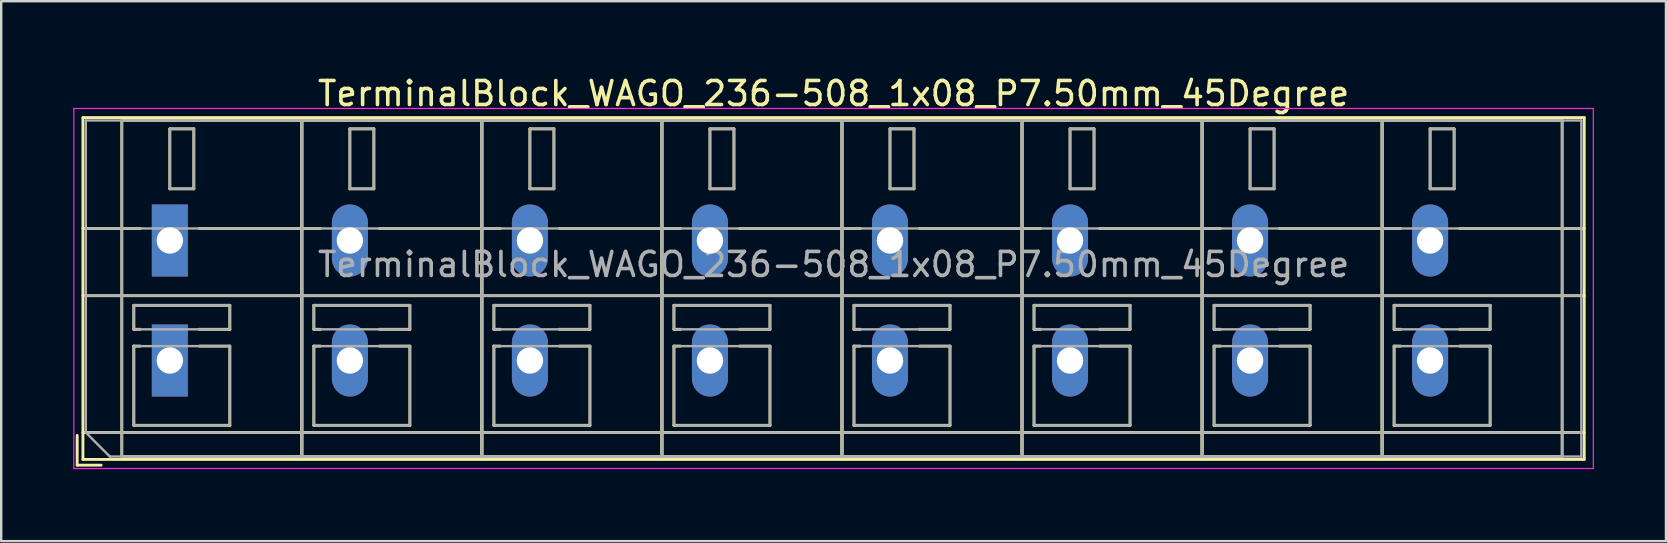
<source format=kicad_pcb>
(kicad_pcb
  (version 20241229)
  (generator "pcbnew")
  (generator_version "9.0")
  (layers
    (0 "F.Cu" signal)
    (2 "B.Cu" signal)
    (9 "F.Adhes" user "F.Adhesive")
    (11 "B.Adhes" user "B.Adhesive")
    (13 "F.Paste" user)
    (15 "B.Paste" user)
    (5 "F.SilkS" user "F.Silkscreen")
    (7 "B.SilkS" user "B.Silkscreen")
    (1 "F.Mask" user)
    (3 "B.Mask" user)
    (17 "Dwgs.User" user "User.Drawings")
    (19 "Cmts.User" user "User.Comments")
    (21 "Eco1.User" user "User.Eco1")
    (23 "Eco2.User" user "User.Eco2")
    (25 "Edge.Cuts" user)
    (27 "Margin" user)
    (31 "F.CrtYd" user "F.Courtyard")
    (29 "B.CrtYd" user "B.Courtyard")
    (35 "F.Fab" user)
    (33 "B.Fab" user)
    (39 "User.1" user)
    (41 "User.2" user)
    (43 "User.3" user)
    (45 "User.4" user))
  (footprint "TerminalBlock_WAGO_236-508_1x08_P7.50mm_45Degree"
    (layer "F.Cu")
    (at 4.025 6.968)
    (property "Reference" "TerminalBlock_WAGO_236-508_1x08_P7.50mm_45Degree" (at 27.65 -6.12 0) (layer "F.SilkS") (effects (font (size 1 1) (thickness 0.15))))
    (attr through_hole)
    (fp_line (start -3.86 8.12) (end -3.86 9.36) (stroke (width 0.12) (type solid)) (layer "F.SilkS"))
    (fp_line (start -3.86 9.36) (end -2.86 9.36) (stroke (width 0.12) (type solid)) (layer "F.SilkS"))
    (fp_line (start -3.62 -5.12) (end -3.62 9.12) (stroke (width 0.12) (type solid)) (layer "F.SilkS"))
    (fp_line (start -3.62 -5.12) (end 58.92 -5.12) (stroke (width 0.12) (type solid)) (layer "F.SilkS"))
    (fp_line (start -3.62 -0.5) (end -1.23 -0.5) (stroke (width 0.12) (type solid)) (layer "F.SilkS"))
    (fp_line (start -3.62 2.3) (end 58.92 2.3) (stroke (width 0.12) (type solid)) (layer "F.SilkS"))
    (fp_line (start -3.62 8) (end 58.92 8) (stroke (width 0.12) (type solid)) (layer "F.SilkS"))
    (fp_line (start -3.62 9.12) (end 58.92 9.12) (stroke (width 0.12) (type solid)) (layer "F.SilkS"))
    (fp_line (start -2 -5) (end -2 9) (stroke (width 0.12) (type solid)) (layer "F.SilkS"))
    (fp_line (start -2 -5) (end 5.5 -5) (stroke (width 0.12) (type solid)) (layer "F.SilkS"))
    (fp_line (start -2 9) (end 5.5 9) (stroke (width 0.12) (type solid)) (layer "F.SilkS"))
    (fp_line (start -1.5 2.7) (end -1.5 3.7) (stroke (width 0.12) (type solid)) (layer "F.SilkS"))
    (fp_line (start -1.5 2.7) (end 2.5 2.7) (stroke (width 0.12) (type solid)) (layer "F.SilkS"))
    (fp_line (start -1.5 3.7) (end -1.23 3.7) (stroke (width 0.12) (type solid)) (layer "F.SilkS"))
    (fp_line (start -1.5 4.4) (end -1.5 7.7) (stroke (width 0.12) (type solid)) (layer "F.SilkS"))
    (fp_line (start -1.5 4.4) (end -1.23 4.4) (stroke (width 0.12) (type solid)) (layer "F.SilkS"))
    (fp_line (start -1.5 7.7) (end 2.5 7.7) (stroke (width 0.12) (type solid)) (layer "F.SilkS"))
    (fp_line (start 0 -4.65) (end 0 -2.151) (stroke (width 0.12) (type solid)) (layer "F.SilkS"))
    (fp_line (start 0 -4.65) (end 1 -4.65) (stroke (width 0.12) (type solid)) (layer "F.SilkS"))
    (fp_line (start 0 -2.151) (end 1 -2.151) (stroke (width 0.12) (type solid)) (layer "F.SilkS"))
    (fp_line (start 1 -4.65) (end 1 -2.151) (stroke (width 0.12) (type solid)) (layer "F.SilkS"))
    (fp_line (start 1.23 -0.5) (end 6.27 -0.5) (stroke (width 0.12) (type solid)) (layer "F.SilkS"))
    (fp_line (start 1.23 3.7) (end 2.5 3.7) (stroke (width 0.12) (type solid)) (layer "F.SilkS"))
    (fp_line (start 1.23 4.4) (end 2.5 4.4) (stroke (width 0.12) (type solid)) (layer "F.SilkS"))
    (fp_line (start 2.5 2.7) (end 2.5 3.7) (stroke (width 0.12) (type solid)) (layer "F.SilkS"))
    (fp_line (start 2.5 4.4) (end 2.5 7.7) (stroke (width 0.12) (type solid)) (layer "F.SilkS"))
    (fp_line (start 5.5 -5) (end 5.5 9) (stroke (width 0.12) (type solid)) (layer "F.SilkS"))
    (fp_line (start 5.5 -5) (end 5.5 9) (stroke (width 0.12) (type solid)) (layer "F.SilkS"))
    (fp_line (start 5.5 -5) (end 13 -5) (stroke (width 0.12) (type solid)) (layer "F.SilkS"))
    (fp_line (start 5.5 9) (end 13 9) (stroke (width 0.12) (type solid)) (layer "F.SilkS"))
    (fp_line (start 6 2.7) (end 6 3.7) (stroke (width 0.12) (type solid)) (layer "F.SilkS"))
    (fp_line (start 6 2.7) (end 10 2.7) (stroke (width 0.12) (type solid)) (layer "F.SilkS"))
    (fp_line (start 6 3.7) (end 6.27 3.7) (stroke (width 0.12) (type solid)) (layer "F.SilkS"))
    (fp_line (start 6 4.4) (end 6 7.7) (stroke (width 0.12) (type solid)) (layer "F.SilkS"))
    (fp_line (start 6 4.4) (end 6.27 4.4) (stroke (width 0.12) (type solid)) (layer "F.SilkS"))
    (fp_line (start 6 7.7) (end 10 7.7) (stroke (width 0.12) (type solid)) (layer "F.SilkS"))
    (fp_line (start 7.5 -4.65) (end 7.5 -2.151) (stroke (width 0.12) (type solid)) (layer "F.SilkS"))
    (fp_line (start 7.5 -4.65) (end 8.5 -4.65) (stroke (width 0.12) (type solid)) (layer "F.SilkS"))
    (fp_line (start 7.5 -2.151) (end 8.5 -2.151) (stroke (width 0.12) (type solid)) (layer "F.SilkS"))
    (fp_line (start 8.5 -4.65) (end 8.5 -2.151) (stroke (width 0.12) (type solid)) (layer "F.SilkS"))
    (fp_line (start 8.73 -0.5) (end 13.77 -0.5) (stroke (width 0.12) (type solid)) (layer "F.SilkS"))
    (fp_line (start 8.73 3.7) (end 10 3.7) (stroke (width 0.12) (type solid)) (layer "F.SilkS"))
    (fp_line (start 8.73 4.4) (end 10 4.4) (stroke (width 0.12) (type solid)) (layer "F.SilkS"))
    (fp_line (start 10 2.7) (end 10 3.7) (stroke (width 0.12) (type solid)) (layer "F.SilkS"))
    (fp_line (start 10 4.4) (end 10 7.7) (stroke (width 0.12) (type solid)) (layer "F.SilkS"))
    (fp_line (start 13 -5) (end 13 9) (stroke (width 0.12) (type solid)) (layer "F.SilkS"))
    (fp_line (start 13 -5) (end 13 9) (stroke (width 0.12) (type solid)) (layer "F.SilkS"))
    (fp_line (start 13 -5) (end 20.5 -5) (stroke (width 0.12) (type solid)) (layer "F.SilkS"))
    (fp_line (start 13 9) (end 20.5 9) (stroke (width 0.12) (type solid)) (layer "F.SilkS"))
    (fp_line (start 13.5 2.7) (end 13.5 3.7) (stroke (width 0.12) (type solid)) (layer "F.SilkS"))
    (fp_line (start 13.5 2.7) (end 17.5 2.7) (stroke (width 0.12) (type solid)) (layer "F.SilkS"))
    (fp_line (start 13.5 3.7) (end 13.77 3.7) (stroke (width 0.12) (type solid)) (layer "F.SilkS"))
    (fp_line (start 13.5 4.4) (end 13.5 7.7) (stroke (width 0.12) (type solid)) (layer "F.SilkS"))
    (fp_line (start 13.5 4.4) (end 13.77 4.4) (stroke (width 0.12) (type solid)) (layer "F.SilkS"))
    (fp_line (start 13.5 7.7) (end 17.5 7.7) (stroke (width 0.12) (type solid)) (layer "F.SilkS"))
    (fp_line (start 15 -4.65) (end 15 -2.151) (stroke (width 0.12) (type solid)) (layer "F.SilkS"))
    (fp_line (start 15 -4.65) (end 16 -4.65) (stroke (width 0.12) (type solid)) (layer "F.SilkS"))
    (fp_line (start 15 -2.151) (end 16 -2.151) (stroke (width 0.12) (type solid)) (layer "F.SilkS"))
    (fp_line (start 16 -4.65) (end 16 -2.151) (stroke (width 0.12) (type solid)) (layer "F.SilkS"))
    (fp_line (start 16.23 -0.5) (end 21.27 -0.5) (stroke (width 0.12) (type solid)) (layer "F.SilkS"))
    (fp_line (start 16.23 3.7) (end 17.5 3.7) (stroke (width 0.12) (type solid)) (layer "F.SilkS"))
    (fp_line (start 16.23 4.4) (end 17.5 4.4) (stroke (width 0.12) (type solid)) (layer "F.SilkS"))
    (fp_line (start 17.5 2.7) (end 17.5 3.7) (stroke (width 0.12) (type solid)) (layer "F.SilkS"))
    (fp_line (start 17.5 4.4) (end 17.5 7.7) (stroke (width 0.12) (type solid)) (layer "F.SilkS"))
    (fp_line (start 20.5 -5) (end 20.5 9) (stroke (width 0.12) (type solid)) (layer "F.SilkS"))
    (fp_line (start 20.5 -5) (end 20.5 9) (stroke (width 0.12) (type solid)) (layer "F.SilkS"))
    (fp_line (start 20.5 -5) (end 28 -5) (stroke (width 0.12) (type solid)) (layer "F.SilkS"))
    (fp_line (start 20.5 9) (end 28 9) (stroke (width 0.12) (type solid)) (layer "F.SilkS"))
    (fp_line (start 21 2.7) (end 21 3.7) (stroke (width 0.12) (type solid)) (layer "F.SilkS"))
    (fp_line (start 21 2.7) (end 25 2.7) (stroke (width 0.12) (type solid)) (layer "F.SilkS"))
    (fp_line (start 21 3.7) (end 21.27 3.7) (stroke (width 0.12) (type solid)) (layer "F.SilkS"))
    (fp_line (start 21 4.4) (end 21 7.7) (stroke (width 0.12) (type solid)) (layer "F.SilkS"))
    (fp_line (start 21 4.4) (end 21.27 4.4) (stroke (width 0.12) (type solid)) (layer "F.SilkS"))
    (fp_line (start 21 7.7) (end 25 7.7) (stroke (width 0.12) (type solid)) (layer "F.SilkS"))
    (fp_line (start 22.5 -4.65) (end 22.5 -2.151) (stroke (width 0.12) (type solid)) (layer "F.SilkS"))
    (fp_line (start 22.5 -4.65) (end 23.5 -4.65) (stroke (width 0.12) (type solid)) (layer "F.SilkS"))
    (fp_line (start 22.5 -2.151) (end 23.5 -2.151) (stroke (width 0.12) (type solid)) (layer "F.SilkS"))
    (fp_line (start 23.5 -4.65) (end 23.5 -2.151) (stroke (width 0.12) (type solid)) (layer "F.SilkS"))
    (fp_line (start 23.73 -0.5) (end 28.77 -0.5) (stroke (width 0.12) (type solid)) (layer "F.SilkS"))
    (fp_line (start 23.73 3.7) (end 25 3.7) (stroke (width 0.12) (type solid)) (layer "F.SilkS"))
    (fp_line (start 23.73 4.4) (end 25 4.4) (stroke (width 0.12) (type solid)) (layer "F.SilkS"))
    (fp_line (start 25 2.7) (end 25 3.7) (stroke (width 0.12) (type solid)) (layer "F.SilkS"))
    (fp_line (start 25 4.4) (end 25 7.7) (stroke (width 0.12) (type solid)) (layer "F.SilkS"))
    (fp_line (start 28 -5) (end 28 9) (stroke (width 0.12) (type solid)) (layer "F.SilkS"))
    (fp_line (start 28 -5) (end 28 9) (stroke (width 0.12) (type solid)) (layer "F.SilkS"))
    (fp_line (start 28 -5) (end 35.5 -5) (stroke (width 0.12) (type solid)) (layer "F.SilkS"))
    (fp_line (start 28 9) (end 35.5 9) (stroke (width 0.12) (type solid)) (layer "F.SilkS"))
    (fp_line (start 28.5 2.7) (end 28.5 3.7) (stroke (width 0.12) (type solid)) (layer "F.SilkS"))
    (fp_line (start 28.5 2.7) (end 32.5 2.7) (stroke (width 0.12) (type solid)) (layer "F.SilkS"))
    (fp_line (start 28.5 3.7) (end 28.77 3.7) (stroke (width 0.12) (type solid)) (layer "F.SilkS"))
    (fp_line (start 28.5 4.4) (end 28.5 7.7) (stroke (width 0.12) (type solid)) (layer "F.SilkS"))
    (fp_line (start 28.5 4.4) (end 28.77 4.4) (stroke (width 0.12) (type solid)) (layer "F.SilkS"))
    (fp_line (start 28.5 7.7) (end 32.5 7.7) (stroke (width 0.12) (type solid)) (layer "F.SilkS"))
    (fp_line (start 30 -4.65) (end 30 -2.151) (stroke (width 0.12) (type solid)) (layer "F.SilkS"))
    (fp_line (start 30 -4.65) (end 31 -4.65) (stroke (width 0.12) (type solid)) (layer "F.SilkS"))
    (fp_line (start 30 -2.151) (end 31 -2.151) (stroke (width 0.12) (type solid)) (layer "F.SilkS"))
    (fp_line (start 31 -4.65) (end 31 -2.151) (stroke (width 0.12) (type solid)) (layer "F.SilkS"))
    (fp_line (start 31.23 -0.5) (end 36.27 -0.5) (stroke (width 0.12) (type solid)) (layer "F.SilkS"))
    (fp_line (start 31.23 3.7) (end 32.5 3.7) (stroke (width 0.12) (type solid)) (layer "F.SilkS"))
    (fp_line (start 31.23 4.4) (end 32.5 4.4) (stroke (width 0.12) (type solid)) (layer "F.SilkS"))
    (fp_line (start 32.5 2.7) (end 32.5 3.7) (stroke (width 0.12) (type solid)) (layer "F.SilkS"))
    (fp_line (start 32.5 4.4) (end 32.5 7.7) (stroke (width 0.12) (type solid)) (layer "F.SilkS"))
    (fp_line (start 35.5 -5) (end 35.5 9) (stroke (width 0.12) (type solid)) (layer "F.SilkS"))
    (fp_line (start 35.5 -5) (end 35.5 9) (stroke (width 0.12) (type solid)) (layer "F.SilkS"))
    (fp_line (start 35.5 -5) (end 43 -5) (stroke (width 0.12) (type solid)) (layer "F.SilkS"))
    (fp_line (start 35.5 9) (end 43 9) (stroke (width 0.12) (type solid)) (layer "F.SilkS"))
    (fp_line (start 36 2.7) (end 36 3.7) (stroke (width 0.12) (type solid)) (layer "F.SilkS"))
    (fp_line (start 36 2.7) (end 40 2.7) (stroke (width 0.12) (type solid)) (layer "F.SilkS"))
    (fp_line (start 36 3.7) (end 36.27 3.7) (stroke (width 0.12) (type solid)) (layer "F.SilkS"))
    (fp_line (start 36 4.4) (end 36 7.7) (stroke (width 0.12) (type solid)) (layer "F.SilkS"))
    (fp_line (start 36 4.4) (end 36.27 4.4) (stroke (width 0.12) (type solid)) (layer "F.SilkS"))
    (fp_line (start 36 7.7) (end 40 7.7) (stroke (width 0.12) (type solid)) (layer "F.SilkS"))
    (fp_line (start 37.5 -4.65) (end 37.5 -2.151) (stroke (width 0.12) (type solid)) (layer "F.SilkS"))
    (fp_line (start 37.5 -4.65) (end 38.5 -4.65) (stroke (width 0.12) (type solid)) (layer "F.SilkS"))
    (fp_line (start 37.5 -2.151) (end 38.5 -2.151) (stroke (width 0.12) (type solid)) (layer "F.SilkS"))
    (fp_line (start 38.5 -4.65) (end 38.5 -2.151) (stroke (width 0.12) (type solid)) (layer "F.SilkS"))
    (fp_line (start 38.73 -0.5) (end 43.77 -0.5) (stroke (width 0.12) (type solid)) (layer "F.SilkS"))
    (fp_line (start 38.73 3.7) (end 40 3.7) (stroke (width 0.12) (type solid)) (layer "F.SilkS"))
    (fp_line (start 38.73 4.4) (end 40 4.4) (stroke (width 0.12) (type solid)) (layer "F.SilkS"))
    (fp_line (start 40 2.7) (end 40 3.7) (stroke (width 0.12) (type solid)) (layer "F.SilkS"))
    (fp_line (start 40 4.4) (end 40 7.7) (stroke (width 0.12) (type solid)) (layer "F.SilkS"))
    (fp_line (start 43 -5) (end 43 9) (stroke (width 0.12) (type solid)) (layer "F.SilkS"))
    (fp_line (start 43 -5) (end 43 9) (stroke (width 0.12) (type solid)) (layer "F.SilkS"))
    (fp_line (start 43 -5) (end 50.5 -5) (stroke (width 0.12) (type solid)) (layer "F.SilkS"))
    (fp_line (start 43 9) (end 50.5 9) (stroke (width 0.12) (type solid)) (layer "F.SilkS"))
    (fp_line (start 43.5 2.7) (end 43.5 3.7) (stroke (width 0.12) (type solid)) (layer "F.SilkS"))
    (fp_line (start 43.5 2.7) (end 47.5 2.7) (stroke (width 0.12) (type solid)) (layer "F.SilkS"))
    (fp_line (start 43.5 3.7) (end 43.77 3.7) (stroke (width 0.12) (type solid)) (layer "F.SilkS"))
    (fp_line (start 43.5 4.4) (end 43.5 7.7) (stroke (width 0.12) (type solid)) (layer "F.SilkS"))
    (fp_line (start 43.5 4.4) (end 43.77 4.4) (stroke (width 0.12) (type solid)) (layer "F.SilkS"))
    (fp_line (start 43.5 7.7) (end 47.5 7.7) (stroke (width 0.12) (type solid)) (layer "F.SilkS"))
    (fp_line (start 45 -4.65) (end 45 -2.151) (stroke (width 0.12) (type solid)) (layer "F.SilkS"))
    (fp_line (start 45 -4.65) (end 46 -4.65) (stroke (width 0.12) (type solid)) (layer "F.SilkS"))
    (fp_line (start 45 -2.151) (end 46 -2.151) (stroke (width 0.12) (type solid)) (layer "F.SilkS"))
    (fp_line (start 46 -4.65) (end 46 -2.151) (stroke (width 0.12) (type solid)) (layer "F.SilkS"))
    (fp_line (start 46.23 -0.5) (end 51.27 -0.5) (stroke (width 0.12) (type solid)) (layer "F.SilkS"))
    (fp_line (start 46.23 3.7) (end 47.5 3.7) (stroke (width 0.12) (type solid)) (layer "F.SilkS"))
    (fp_line (start 46.23 4.4) (end 47.5 4.4) (stroke (width 0.12) (type solid)) (layer "F.SilkS"))
    (fp_line (start 47.5 2.7) (end 47.5 3.7) (stroke (width 0.12) (type solid)) (layer "F.SilkS"))
    (fp_line (start 47.5 4.4) (end 47.5 7.7) (stroke (width 0.12) (type solid)) (layer "F.SilkS"))
    (fp_line (start 50.5 -5) (end 50.5 9) (stroke (width 0.12) (type solid)) (layer "F.SilkS"))
    (fp_line (start 50.5 -5) (end 50.5 9) (stroke (width 0.12) (type solid)) (layer "F.SilkS"))
    (fp_line (start 50.5 -5) (end 58 -5) (stroke (width 0.12) (type solid)) (layer "F.SilkS"))
    (fp_line (start 50.5 9) (end 58 9) (stroke (width 0.12) (type solid)) (layer "F.SilkS"))
    (fp_line (start 51 2.7) (end 51 3.7) (stroke (width 0.12) (type solid)) (layer "F.SilkS"))
    (fp_line (start 51 2.7) (end 55 2.7) (stroke (width 0.12) (type solid)) (layer "F.SilkS"))
    (fp_line (start 51 3.7) (end 51.27 3.7) (stroke (width 0.12) (type solid)) (layer "F.SilkS"))
    (fp_line (start 51 4.4) (end 51 7.7) (stroke (width 0.12) (type solid)) (layer "F.SilkS"))
    (fp_line (start 51 4.4) (end 51.27 4.4) (stroke (width 0.12) (type solid)) (layer "F.SilkS"))
    (fp_line (start 51 7.7) (end 55 7.7) (stroke (width 0.12) (type solid)) (layer "F.SilkS"))
    (fp_line (start 52.5 -4.65) (end 52.5 -2.151) (stroke (width 0.12) (type solid)) (layer "F.SilkS"))
    (fp_line (start 52.5 -4.65) (end 53.5 -4.65) (stroke (width 0.12) (type solid)) (layer "F.SilkS"))
    (fp_line (start 52.5 -2.151) (end 53.5 -2.151) (stroke (width 0.12) (type solid)) (layer "F.SilkS"))
    (fp_line (start 53.5 -4.65) (end 53.5 -2.151) (stroke (width 0.12) (type solid)) (layer "F.SilkS"))
    (fp_line (start 53.73 -0.5) (end 58.92 -0.5) (stroke (width 0.12) (type solid)) (layer "F.SilkS"))
    (fp_line (start 53.73 3.7) (end 55 3.7) (stroke (width 0.12) (type solid)) (layer "F.SilkS"))
    (fp_line (start 53.73 4.4) (end 55 4.4) (stroke (width 0.12) (type solid)) (layer "F.SilkS"))
    (fp_line (start 55 2.7) (end 55 3.7) (stroke (width 0.12) (type solid)) (layer "F.SilkS"))
    (fp_line (start 55 4.4) (end 55 7.7) (stroke (width 0.12) (type solid)) (layer "F.SilkS"))
    (fp_line (start 58 -5) (end 58 9) (stroke (width 0.12) (type solid)) (layer "F.SilkS"))
    (fp_line (start 58.92 -5.12) (end 58.92 9.12) (stroke (width 0.12) (type solid)) (layer "F.SilkS"))
    (fp_line (start -4 -5.5) (end -4 9.5) (stroke (width 0.05) (type solid)) (layer "F.CrtYd"))
    (fp_line (start -4 9.5) (end 59.3 9.5) (stroke (width 0.05) (type solid)) (layer "F.CrtYd"))
    (fp_line (start 59.3 -5.5) (end -4 -5.5) (stroke (width 0.05) (type solid)) (layer "F.CrtYd"))
    (fp_line (start 59.3 9.5) (end 59.3 -5.5) (stroke (width 0.05) (type solid)) (layer "F.CrtYd"))
    (fp_line (start -3.5 -5) (end 58.8 -5) (stroke (width 0.1) (type solid)) (layer "F.Fab"))
    (fp_line (start -3.5 -0.5) (end 58.8 -0.5) (stroke (width 0.1) (type solid)) (layer "F.Fab"))
    (fp_line (start -3.5 2.3) (end 58.8 2.3) (stroke (width 0.1) (type solid)) (layer "F.Fab"))
    (fp_line (start -3.5 8) (end -3.5 -5) (stroke (width 0.1) (type solid)) (layer "F.Fab"))
    (fp_line (start -3.5 8) (end 58.8 8) (stroke (width 0.1) (type solid)) (layer "F.Fab"))
    (fp_line (start -2.5 9) (end -3.5 8) (stroke (width 0.1) (type solid)) (layer "F.Fab"))
    (fp_line (start -2 -5) (end -2 9) (stroke (width 0.1) (type solid)) (layer "F.Fab"))
    (fp_line (start -2 9) (end 5.5 9) (stroke (width 0.1) (type solid)) (layer "F.Fab"))
    (fp_line (start -1.5 2.7) (end -1.5 3.7) (stroke (width 0.1) (type solid)) (layer "F.Fab"))
    (fp_line (start -1.5 3.7) (end 2.5 3.7) (stroke (width 0.1) (type solid)) (layer "F.Fab"))
    (fp_line (start -1.5 4.4) (end -1.5 7.7) (stroke (width 0.1) (type solid)) (layer "F.Fab"))
    (fp_line (start -1.5 7.7) (end 2.5 7.7) (stroke (width 0.1) (type solid)) (layer "F.Fab"))
    (fp_line (start 0 -4.65) (end 0 -2.15) (stroke (width 0.1) (type solid)) (layer "F.Fab"))
    (fp_line (start 0 -2.15) (end 1 -2.15) (stroke (width 0.1) (type solid)) (layer "F.Fab"))
    (fp_line (start 1 -4.65) (end 0 -4.65) (stroke (width 0.1) (type solid)) (layer "F.Fab"))
    (fp_line (start 1 -2.15) (end 1 -4.65) (stroke (width 0.1) (type solid)) (layer "F.Fab"))
    (fp_line (start 2.5 2.7) (end -1.5 2.7) (stroke (width 0.1) (type solid)) (layer "F.Fab"))
    (fp_line (start 2.5 3.7) (end 2.5 2.7) (stroke (width 0.1) (type solid)) (layer "F.Fab"))
    (fp_line (start 2.5 4.4) (end -1.5 4.4) (stroke (width 0.1) (type solid)) (layer "F.Fab"))
    (fp_line (start 2.5 7.7) (end 2.5 4.4) (stroke (width 0.1) (type solid)) (layer "F.Fab"))
    (fp_line (start 5.5 -5) (end -2 -5) (stroke (width 0.1) (type solid)) (layer "F.Fab"))
    (fp_line (start 5.5 -5) (end 5.5 9) (stroke (width 0.1) (type solid)) (layer "F.Fab"))
    (fp_line (start 5.5 9) (end 5.5 -5) (stroke (width 0.1) (type solid)) (layer "F.Fab"))
    (fp_line (start 5.5 9) (end 13 9) (stroke (width 0.1) (type solid)) (layer "F.Fab"))
    (fp_line (start 6 2.7) (end 6 3.7) (stroke (width 0.1) (type solid)) (layer "F.Fab"))
    (fp_line (start 6 3.7) (end 10 3.7) (stroke (width 0.1) (type solid)) (layer "F.Fab"))
    (fp_line (start 6 4.4) (end 6 7.7) (stroke (width 0.1) (type solid)) (layer "F.Fab"))
    (fp_line (start 6 7.7) (end 10 7.7) (stroke (width 0.1) (type solid)) (layer "F.Fab"))
    (fp_line (start 7.5 -4.65) (end 7.5 -2.15) (stroke (width 0.1) (type solid)) (layer "F.Fab"))
    (fp_line (start 7.5 -2.15) (end 8.5 -2.15) (stroke (width 0.1) (type solid)) (layer "F.Fab"))
    (fp_line (start 8.5 -4.65) (end 7.5 -4.65) (stroke (width 0.1) (type solid)) (layer "F.Fab"))
    (fp_line (start 8.5 -2.15) (end 8.5 -4.65) (stroke (width 0.1) (type solid)) (layer "F.Fab"))
    (fp_line (start 10 2.7) (end 6 2.7) (stroke (width 0.1) (type solid)) (layer "F.Fab"))
    (fp_line (start 10 3.7) (end 10 2.7) (stroke (width 0.1) (type solid)) (layer "F.Fab"))
    (fp_line (start 10 4.4) (end 6 4.4) (stroke (width 0.1) (type solid)) (layer "F.Fab"))
    (fp_line (start 10 7.7) (end 10 4.4) (stroke (width 0.1) (type solid)) (layer "F.Fab"))
    (fp_line (start 13 -5) (end 5.5 -5) (stroke (width 0.1) (type solid)) (layer "F.Fab"))
    (fp_line (start 13 -5) (end 13 9) (stroke (width 0.1) (type solid)) (layer "F.Fab"))
    (fp_line (start 13 9) (end 13 -5) (stroke (width 0.1) (type solid)) (layer "F.Fab"))
    (fp_line (start 13 9) (end 20.5 9) (stroke (width 0.1) (type solid)) (layer "F.Fab"))
    (fp_line (start 13.5 2.7) (end 13.5 3.7) (stroke (width 0.1) (type solid)) (layer "F.Fab"))
    (fp_line (start 13.5 3.7) (end 17.5 3.7) (stroke (width 0.1) (type solid)) (layer "F.Fab"))
    (fp_line (start 13.5 4.4) (end 13.5 7.7) (stroke (width 0.1) (type solid)) (layer "F.Fab"))
    (fp_line (start 13.5 7.7) (end 17.5 7.7) (stroke (width 0.1) (type solid)) (layer "F.Fab"))
    (fp_line (start 15 -4.65) (end 15 -2.15) (stroke (width 0.1) (type solid)) (layer "F.Fab"))
    (fp_line (start 15 -2.15) (end 16 -2.15) (stroke (width 0.1) (type solid)) (layer "F.Fab"))
    (fp_line (start 16 -4.65) (end 15 -4.65) (stroke (width 0.1) (type solid)) (layer "F.Fab"))
    (fp_line (start 16 -2.15) (end 16 -4.65) (stroke (width 0.1) (type solid)) (layer "F.Fab"))
    (fp_line (start 17.5 2.7) (end 13.5 2.7) (stroke (width 0.1) (type solid)) (layer "F.Fab"))
    (fp_line (start 17.5 3.7) (end 17.5 2.7) (stroke (width 0.1) (type solid)) (layer "F.Fab"))
    (fp_line (start 17.5 4.4) (end 13.5 4.4) (stroke (width 0.1) (type solid)) (layer "F.Fab"))
    (fp_line (start 17.5 7.7) (end 17.5 4.4) (stroke (width 0.1) (type solid)) (layer "F.Fab"))
    (fp_line (start 20.5 -5) (end 13 -5) (stroke (width 0.1) (type solid)) (layer "F.Fab"))
    (fp_line (start 20.5 -5) (end 20.5 9) (stroke (width 0.1) (type solid)) (layer "F.Fab"))
    (fp_line (start 20.5 9) (end 20.5 -5) (stroke (width 0.1) (type solid)) (layer "F.Fab"))
    (fp_line (start 20.5 9) (end 28 9) (stroke (width 0.1) (type solid)) (layer "F.Fab"))
    (fp_line (start 21 2.7) (end 21 3.7) (stroke (width 0.1) (type solid)) (layer "F.Fab"))
    (fp_line (start 21 3.7) (end 25 3.7) (stroke (width 0.1) (type solid)) (layer "F.Fab"))
    (fp_line (start 21 4.4) (end 21 7.7) (stroke (width 0.1) (type solid)) (layer "F.Fab"))
    (fp_line (start 21 7.7) (end 25 7.7) (stroke (width 0.1) (type solid)) (layer "F.Fab"))
    (fp_line (start 22.5 -4.65) (end 22.5 -2.15) (stroke (width 0.1) (type solid)) (layer "F.Fab"))
    (fp_line (start 22.5 -2.15) (end 23.5 -2.15) (stroke (width 0.1) (type solid)) (layer "F.Fab"))
    (fp_line (start 23.5 -4.65) (end 22.5 -4.65) (stroke (width 0.1) (type solid)) (layer "F.Fab"))
    (fp_line (start 23.5 -2.15) (end 23.5 -4.65) (stroke (width 0.1) (type solid)) (layer "F.Fab"))
    (fp_line (start 25 2.7) (end 21 2.7) (stroke (width 0.1) (type solid)) (layer "F.Fab"))
    (fp_line (start 25 3.7) (end 25 2.7) (stroke (width 0.1) (type solid)) (layer "F.Fab"))
    (fp_line (start 25 4.4) (end 21 4.4) (stroke (width 0.1) (type solid)) (layer "F.Fab"))
    (fp_line (start 25 7.7) (end 25 4.4) (stroke (width 0.1) (type solid)) (layer "F.Fab"))
    (fp_line (start 28 -5) (end 20.5 -5) (stroke (width 0.1) (type solid)) (layer "F.Fab"))
    (fp_line (start 28 -5) (end 28 9) (stroke (width 0.1) (type solid)) (layer "F.Fab"))
    (fp_line (start 28 9) (end 28 -5) (stroke (width 0.1) (type solid)) (layer "F.Fab"))
    (fp_line (start 28 9) (end 35.5 9) (stroke (width 0.1) (type solid)) (layer "F.Fab"))
    (fp_line (start 28.5 2.7) (end 28.5 3.7) (stroke (width 0.1) (type solid)) (layer "F.Fab"))
    (fp_line (start 28.5 3.7) (end 32.5 3.7) (stroke (width 0.1) (type solid)) (layer "F.Fab"))
    (fp_line (start 28.5 4.4) (end 28.5 7.7) (stroke (width 0.1) (type solid)) (layer "F.Fab"))
    (fp_line (start 28.5 7.7) (end 32.5 7.7) (stroke (width 0.1) (type solid)) (layer "F.Fab"))
    (fp_line (start 30 -4.65) (end 30 -2.15) (stroke (width 0.1) (type solid)) (layer "F.Fab"))
    (fp_line (start 30 -2.15) (end 31 -2.15) (stroke (width 0.1) (type solid)) (layer "F.Fab"))
    (fp_line (start 31 -4.65) (end 30 -4.65) (stroke (width 0.1) (type solid)) (layer "F.Fab"))
    (fp_line (start 31 -2.15) (end 31 -4.65) (stroke (width 0.1) (type solid)) (layer "F.Fab"))
    (fp_line (start 32.5 2.7) (end 28.5 2.7) (stroke (width 0.1) (type solid)) (layer "F.Fab"))
    (fp_line (start 32.5 3.7) (end 32.5 2.7) (stroke (width 0.1) (type solid)) (layer "F.Fab"))
    (fp_line (start 32.5 4.4) (end 28.5 4.4) (stroke (width 0.1) (type solid)) (layer "F.Fab"))
    (fp_line (start 32.5 7.7) (end 32.5 4.4) (stroke (width 0.1) (type solid)) (layer "F.Fab"))
    (fp_line (start 35.5 -5) (end 28 -5) (stroke (width 0.1) (type solid)) (layer "F.Fab"))
    (fp_line (start 35.5 -5) (end 35.5 9) (stroke (width 0.1) (type solid)) (layer "F.Fab"))
    (fp_line (start 35.5 9) (end 35.5 -5) (stroke (width 0.1) (type solid)) (layer "F.Fab"))
    (fp_line (start 35.5 9) (end 43 9) (stroke (width 0.1) (type solid)) (layer "F.Fab"))
    (fp_line (start 36 2.7) (end 36 3.7) (stroke (width 0.1) (type solid)) (layer "F.Fab"))
    (fp_line (start 36 3.7) (end 40 3.7) (stroke (width 0.1) (type solid)) (layer "F.Fab"))
    (fp_line (start 36 4.4) (end 36 7.7) (stroke (width 0.1) (type solid)) (layer "F.Fab"))
    (fp_line (start 36 7.7) (end 40 7.7) (stroke (width 0.1) (type solid)) (layer "F.Fab"))
    (fp_line (start 37.5 -4.65) (end 37.5 -2.15) (stroke (width 0.1) (type solid)) (layer "F.Fab"))
    (fp_line (start 37.5 -2.15) (end 38.5 -2.15) (stroke (width 0.1) (type solid)) (layer "F.Fab"))
    (fp_line (start 38.5 -4.65) (end 37.5 -4.65) (stroke (width 0.1) (type solid)) (layer "F.Fab"))
    (fp_line (start 38.5 -2.15) (end 38.5 -4.65) (stroke (width 0.1) (type solid)) (layer "F.Fab"))
    (fp_line (start 40 2.7) (end 36 2.7) (stroke (width 0.1) (type solid)) (layer "F.Fab"))
    (fp_line (start 40 3.7) (end 40 2.7) (stroke (width 0.1) (type solid)) (layer "F.Fab"))
    (fp_line (start 40 4.4) (end 36 4.4) (stroke (width 0.1) (type solid)) (layer "F.Fab"))
    (fp_line (start 40 7.7) (end 40 4.4) (stroke (width 0.1) (type solid)) (layer "F.Fab"))
    (fp_line (start 43 -5) (end 35.5 -5) (stroke (width 0.1) (type solid)) (layer "F.Fab"))
    (fp_line (start 43 -5) (end 43 9) (stroke (width 0.1) (type solid)) (layer "F.Fab"))
    (fp_line (start 43 9) (end 43 -5) (stroke (width 0.1) (type solid)) (layer "F.Fab"))
    (fp_line (start 43 9) (end 50.5 9) (stroke (width 0.1) (type solid)) (layer "F.Fab"))
    (fp_line (start 43.5 2.7) (end 43.5 3.7) (stroke (width 0.1) (type solid)) (layer "F.Fab"))
    (fp_line (start 43.5 3.7) (end 47.5 3.7) (stroke (width 0.1) (type solid)) (layer "F.Fab"))
    (fp_line (start 43.5 4.4) (end 43.5 7.7) (stroke (width 0.1) (type solid)) (layer "F.Fab"))
    (fp_line (start 43.5 7.7) (end 47.5 7.7) (stroke (width 0.1) (type solid)) (layer "F.Fab"))
    (fp_line (start 45 -4.65) (end 45 -2.15) (stroke (width 0.1) (type solid)) (layer "F.Fab"))
    (fp_line (start 45 -2.15) (end 46 -2.15) (stroke (width 0.1) (type solid)) (layer "F.Fab"))
    (fp_line (start 46 -4.65) (end 45 -4.65) (stroke (width 0.1) (type solid)) (layer "F.Fab"))
    (fp_line (start 46 -2.15) (end 46 -4.65) (stroke (width 0.1) (type solid)) (layer "F.Fab"))
    (fp_line (start 47.5 2.7) (end 43.5 2.7) (stroke (width 0.1) (type solid)) (layer "F.Fab"))
    (fp_line (start 47.5 3.7) (end 47.5 2.7) (stroke (width 0.1) (type solid)) (layer "F.Fab"))
    (fp_line (start 47.5 4.4) (end 43.5 4.4) (stroke (width 0.1) (type solid)) (layer "F.Fab"))
    (fp_line (start 47.5 7.7) (end 47.5 4.4) (stroke (width 0.1) (type solid)) (layer "F.Fab"))
    (fp_line (start 50.5 -5) (end 43 -5) (stroke (width 0.1) (type solid)) (layer "F.Fab"))
    (fp_line (start 50.5 -5) (end 50.5 9) (stroke (width 0.1) (type solid)) (layer "F.Fab"))
    (fp_line (start 50.5 9) (end 50.5 -5) (stroke (width 0.1) (type solid)) (layer "F.Fab"))
    (fp_line (start 50.5 9) (end 58 9) (stroke (width 0.1) (type solid)) (layer "F.Fab"))
    (fp_line (start 51 2.7) (end 51 3.7) (stroke (width 0.1) (type solid)) (layer "F.Fab"))
    (fp_line (start 51 3.7) (end 55 3.7) (stroke (width 0.1) (type solid)) (layer "F.Fab"))
    (fp_line (start 51 4.4) (end 51 7.7) (stroke (width 0.1) (type solid)) (layer "F.Fab"))
    (fp_line (start 51 7.7) (end 55 7.7) (stroke (width 0.1) (type solid)) (layer "F.Fab"))
    (fp_line (start 52.5 -4.65) (end 52.5 -2.15) (stroke (width 0.1) (type solid)) (layer "F.Fab"))
    (fp_line (start 52.5 -2.15) (end 53.5 -2.15) (stroke (width 0.1) (type solid)) (layer "F.Fab"))
    (fp_line (start 53.5 -4.65) (end 52.5 -4.65) (stroke (width 0.1) (type solid)) (layer "F.Fab"))
    (fp_line (start 53.5 -2.15) (end 53.5 -4.65) (stroke (width 0.1) (type solid)) (layer "F.Fab"))
    (fp_line (start 55 2.7) (end 51 2.7) (stroke (width 0.1) (type solid)) (layer "F.Fab"))
    (fp_line (start 55 3.7) (end 55 2.7) (stroke (width 0.1) (type solid)) (layer "F.Fab"))
    (fp_line (start 55 4.4) (end 51 4.4) (stroke (width 0.1) (type solid)) (layer "F.Fab"))
    (fp_line (start 55 7.7) (end 55 4.4) (stroke (width 0.1) (type solid)) (layer "F.Fab"))
    (fp_line (start 58 -5) (end 50.5 -5) (stroke (width 0.1) (type solid)) (layer "F.Fab"))
    (fp_line (start 58 9) (end 58 -5) (stroke (width 0.1) (type solid)) (layer "F.Fab"))
    (fp_line (start 58.8 -5) (end 58.8 9) (stroke (width 0.1) (type solid)) (layer "F.Fab"))
    (fp_line (start 58.8 9) (end -2.5 9) (stroke (width 0.1) (type solid)) (layer "F.Fab"))
    (fp_text user "${REFERENCE}" (at 27.65 1 0) (layer "F.Fab") (effects (font (size 1 1) (thickness 0.15))))
    (pad "1" thru_hole rect (at 0 0) (size 1.5 3) (drill 1.1) (layers "*.Cu" "*.Mask"))
    (pad "1" thru_hole rect (at 0 5) (size 1.5 3) (drill 1.1) (layers "*.Cu" "*.Mask"))
    (pad "2" thru_hole oval (at 7.5 0) (size 1.5 3) (drill 1.1) (layers "*.Cu" "*.Mask"))
    (pad "2" thru_hole oval (at 7.5 5) (size 1.5 3) (drill 1.1) (layers "*.Cu" "*.Mask"))
    (pad "3" thru_hole oval (at 15 0) (size 1.5 3) (drill 1.1) (layers "*.Cu" "*.Mask"))
    (pad "3" thru_hole oval (at 15 5) (size 1.5 3) (drill 1.1) (layers "*.Cu" "*.Mask"))
    (pad "4" thru_hole oval (at 22.5 0) (size 1.5 3) (drill 1.1) (layers "*.Cu" "*.Mask"))
    (pad "4" thru_hole oval (at 22.5 5) (size 1.5 3) (drill 1.1) (layers "*.Cu" "*.Mask"))
    (pad "5" thru_hole oval (at 30 0) (size 1.5 3) (drill 1.1) (layers "*.Cu" "*.Mask"))
    (pad "5" thru_hole oval (at 30 5) (size 1.5 3) (drill 1.1) (layers "*.Cu" "*.Mask"))
    (pad "6" thru_hole oval (at 37.5 0) (size 1.5 3) (drill 1.1) (layers "*.Cu" "*.Mask"))
    (pad "6" thru_hole oval (at 37.5 5) (size 1.5 3) (drill 1.1) (layers "*.Cu" "*.Mask"))
    (pad "7" thru_hole oval (at 45 0) (size 1.5 3) (drill 1.1) (layers "*.Cu" "*.Mask"))
    (pad "7" thru_hole oval (at 45 5) (size 1.5 3) (drill 1.1) (layers "*.Cu" "*.Mask"))
    (pad "8" thru_hole oval (at 52.5 0) (size 1.5 3) (drill 1.1) (layers "*.Cu" "*.Mask"))
    (pad "8" thru_hole oval (at 52.5 5) (size 1.5 3) (drill 1.1) (layers "*.Cu" "*.Mask")))
  (gr_rect
    (start -3 -3)
    (end 66.35 19.493)
    (stroke (width 0.1) (type default))
    (fill no)
    (layer "Edge.Cuts")))
</source>
